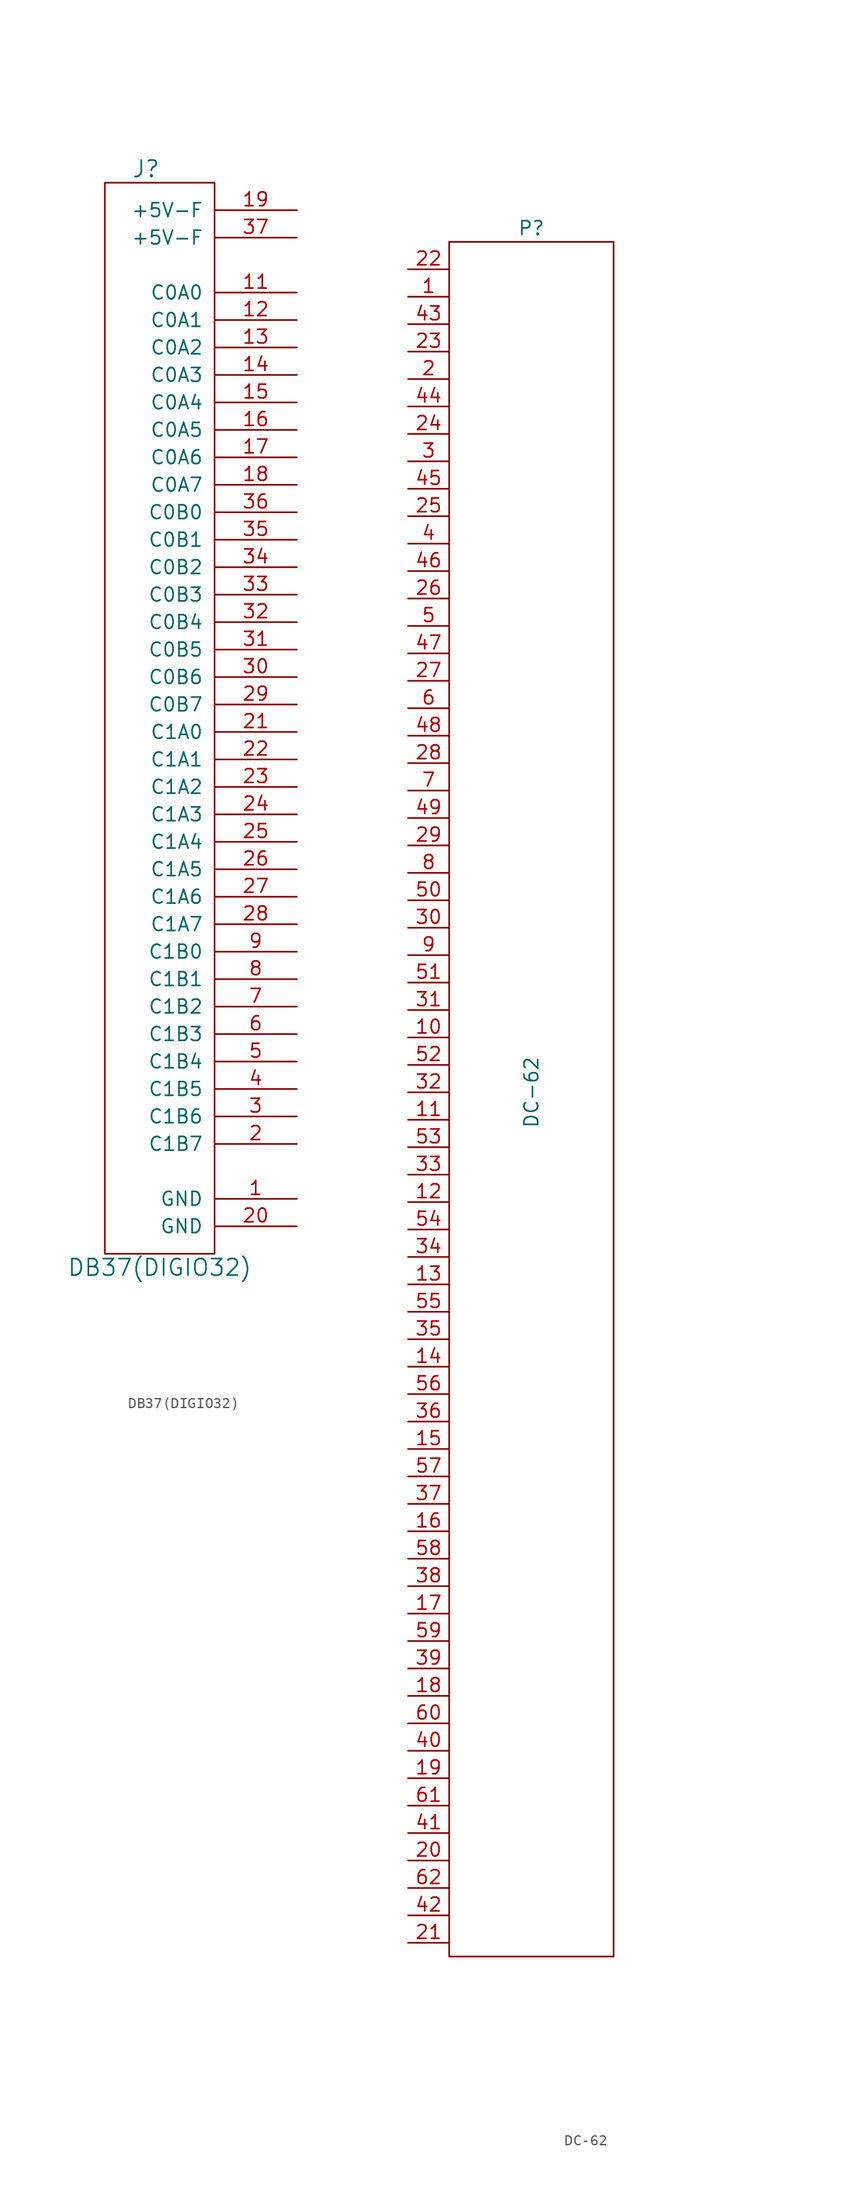
<source format=kicad_sym>
(kicad_symbol_lib
  (version 20211014)
  (generator kicad_symbol_editor)
  (symbol "DB37(DIGIO32)"
    (pin_names
      (offset 1.016))
    (property "Reference" "J"
      (at 3.81 50.8 0)
      (effects (font (size 1.524 1.524))))
    (property "Value" "DB37(DIGIO32)"
      (at 5.08 -50.8 0)
      (effects (font (size 1.524 1.524))))
    (property "Footprint" ""
      (at 3.81 -3.81 0)
      (effects (font (size 1.524 1.524))))
    (property "Datasheet" ""
      (at 3.81 -3.81 0)
      (effects (font (size 1.524 1.524))))
    (symbol "DB37(DIGIO32)_0_1"
      (rectangle (start 0 -49.53) (end 10.16 49.53) (stroke (width 0) (type default) (color 0 0 0 0)) (fill (type none))))
    (symbol "DB37(DIGIO32)_1_1"
      (pin power_out line (at 17.78 -44.45 180) (length 7.62) (name "GND" (effects (font (size 1.27 1.27)))) (number "1" (effects (font (size 1.27 1.27)))))
      (pin power_out line (at 17.78 39.37 180) (length 7.62) (name "C0A0" (effects (font (size 1.27 1.27)))) (number "11" (effects (font (size 1.27 1.27)))))
      (pin power_out line (at 17.78 36.83 180) (length 7.62) (name "C0A1" (effects (font (size 1.27 1.27)))) (number "12" (effects (font (size 1.27 1.27)))))
      (pin power_out line (at 17.78 34.29 180) (length 7.62) (name "C0A2" (effects (font (size 1.27 1.27)))) (number "13" (effects (font (size 1.27 1.27)))))
      (pin power_out line (at 17.78 31.75 180) (length 7.62) (name "C0A3" (effects (font (size 1.27 1.27)))) (number "14" (effects (font (size 1.27 1.27)))))
      (pin input line (at 17.78 29.21 180) (length 7.62) (name "C0A4" (effects (font (size 1.27 1.27)))) (number "15" (effects (font (size 1.27 1.27)))))
      (pin input line (at 17.78 26.67 180) (length 7.62) (name "C0A5" (effects (font (size 1.27 1.27)))) (number "16" (effects (font (size 1.27 1.27)))))
      (pin input line (at 17.78 24.13 180) (length 7.62) (name "C0A6" (effects (font (size 1.27 1.27)))) (number "17" (effects (font (size 1.27 1.27)))))
      (pin input line (at 17.78 21.59 180) (length 7.62) (name "C0A7" (effects (font (size 1.27 1.27)))) (number "18" (effects (font (size 1.27 1.27)))))
      (pin power_out line (at 17.78 46.99 180) (length 7.62) (name "+5V-F" (effects (font (size 1.27 1.27)))) (number "19" (effects (font (size 1.27 1.27)))))
      (pin input line (at 17.78 -39.37 180) (length 7.62) (name "C1B7" (effects (font (size 1.27 1.27)))) (number "2" (effects (font (size 1.27 1.27)))))
      (pin power_out line (at 17.78 -46.99 180) (length 7.62) (name "GND" (effects (font (size 1.27 1.27)))) (number "20" (effects (font (size 1.27 1.27)))))
      (pin input line (at 17.78 -1.27 180) (length 7.62) (name "C1A0" (effects (font (size 1.27 1.27)))) (number "21" (effects (font (size 1.27 1.27)))))
      (pin input line (at 17.78 -3.81 180) (length 7.62) (name "C1A1" (effects (font (size 1.27 1.27)))) (number "22" (effects (font (size 1.27 1.27)))))
      (pin input line (at 17.78 -6.35 180) (length 7.62) (name "C1A2" (effects (font (size 1.27 1.27)))) (number "23" (effects (font (size 1.27 1.27)))))
      (pin input line (at 17.78 -8.89 180) (length 7.62) (name "C1A3" (effects (font (size 1.27 1.27)))) (number "24" (effects (font (size 1.27 1.27)))))
      (pin input line (at 17.78 -11.43 180) (length 7.62) (name "C1A4" (effects (font (size 1.27 1.27)))) (number "25" (effects (font (size 1.27 1.27)))))
      (pin input line (at 17.78 -13.97 180) (length 7.62) (name "C1A5" (effects (font (size 1.27 1.27)))) (number "26" (effects (font (size 1.27 1.27)))))
      (pin input line (at 17.78 -16.51 180) (length 7.62) (name "C1A6" (effects (font (size 1.27 1.27)))) (number "27" (effects (font (size 1.27 1.27)))))
      (pin input line (at 17.78 -19.05 180) (length 7.62) (name "C1A7" (effects (font (size 1.27 1.27)))) (number "28" (effects (font (size 1.27 1.27)))))
      (pin input line (at 17.78 1.27 180) (length 7.62) (name "C0B7" (effects (font (size 1.27 1.27)))) (number "29" (effects (font (size 1.27 1.27)))))
      (pin input line (at 17.78 -36.83 180) (length 7.62) (name "C1B6" (effects (font (size 1.27 1.27)))) (number "3" (effects (font (size 1.27 1.27)))))
      (pin input line (at 17.78 3.81 180) (length 7.62) (name "C0B6" (effects (font (size 1.27 1.27)))) (number "30" (effects (font (size 1.27 1.27)))))
      (pin input line (at 17.78 6.35 180) (length 7.62) (name "C0B5" (effects (font (size 1.27 1.27)))) (number "31" (effects (font (size 1.27 1.27)))))
      (pin bidirectional line (at 17.78 8.89 180) (length 7.62) (name "C0B4" (effects (font (size 1.27 1.27)))) (number "32" (effects (font (size 1.27 1.27)))))
      (pin input line (at 17.78 11.43 180) (length 7.62) (name "C0B3" (effects (font (size 1.27 1.27)))) (number "33" (effects (font (size 1.27 1.27)))))
      (pin input line (at 17.78 13.97 180) (length 7.62) (name "C0B2" (effects (font (size 1.27 1.27)))) (number "34" (effects (font (size 1.27 1.27)))))
      (pin input line (at 17.78 16.51 180) (length 7.62) (name "C0B1" (effects (font (size 1.27 1.27)))) (number "35" (effects (font (size 1.27 1.27)))))
      (pin input line (at 17.78 19.05 180) (length 7.62) (name "C0B0" (effects (font (size 1.27 1.27)))) (number "36" (effects (font (size 1.27 1.27)))))
      (pin power_out line (at 17.78 44.45 180) (length 7.62) (name "+5V-F" (effects (font (size 1.27 1.27)))) (number "37" (effects (font (size 1.27 1.27)))))
      (pin power_out line (at 17.78 -34.29 180) (length 7.62) (name "C1B5" (effects (font (size 1.27 1.27)))) (number "4" (effects (font (size 1.27 1.27)))))
      (pin input line (at 17.78 -31.75 180) (length 7.62) (name "C1B4" (effects (font (size 1.27 1.27)))) (number "5" (effects (font (size 1.27 1.27)))))
      (pin input line (at 17.78 -29.21 180) (length 7.62) (name "C1B3" (effects (font (size 1.27 1.27)))) (number "6" (effects (font (size 1.27 1.27)))))
      (pin input line (at 17.78 -26.67 180) (length 7.62) (name "C1B2" (effects (font (size 1.27 1.27)))) (number "7" (effects (font (size 1.27 1.27)))))
      (pin input line (at 17.78 -24.13 180) (length 7.62) (name "C1B1" (effects (font (size 1.27 1.27)))) (number "8" (effects (font (size 1.27 1.27)))))
      (pin input line (at 17.78 -21.59 180) (length 7.62) (name "C1B0" (effects (font (size 1.27 1.27)))) (number "9" (effects (font (size 1.27 1.27)))))))
  (symbol "DC-62"
    (pin_names
      (offset 0.025) hide)
    (property "Reference" "P"
      (at 0 80.01 0)
      (effects (font (size 1.27 1.27))))
    (property "Value" "DC-62"
      (at 0 0 90)
      (effects (font (size 1.27 1.27))))
    (property "Footprint" ""
      (at 21.59 -11.43 0)
      (effects (font (size 1.524 1.524))))
    (property "Datasheet" ""
      (at 21.59 -11.43 0)
      (effects (font (size 1.524 1.524))))
    (symbol "DC-62_0_1"
      (rectangle (start -7.62 78.74) (end 7.62 -80.01) (stroke (width 0) (type default) (color 0 0 0 0)) (fill (type none))))
    (symbol "DC-62_1_1"
      (pin passive line (at -11.43 73.66 0) (length 3.81) (name "P1" (effects (font (size 1.27 1.27)))) (number "1" (effects (font (size 1.27 1.27)))))
      (pin passive line (at -11.43 5.08 0) (length 3.81) (name "P10" (effects (font (size 1.27 1.27)))) (number "10" (effects (font (size 1.27 1.27)))))
      (pin passive line (at -11.43 -2.54 0) (length 3.81) (name "P11" (effects (font (size 1.27 1.27)))) (number "11" (effects (font (size 1.27 1.27)))))
      (pin passive line (at -11.43 -10.16 0) (length 3.81) (name "P12" (effects (font (size 1.27 1.27)))) (number "12" (effects (font (size 1.27 1.27)))))
      (pin passive line (at -11.43 -17.78 0) (length 3.81) (name "P13" (effects (font (size 1.27 1.27)))) (number "13" (effects (font (size 1.27 1.27)))))
      (pin passive line (at -11.43 -25.4 0) (length 3.81) (name "P14" (effects (font (size 1.27 1.27)))) (number "14" (effects (font (size 1.27 1.27)))))
      (pin passive line (at -11.43 -33.02 0) (length 3.81) (name "P15" (effects (font (size 1.27 1.27)))) (number "15" (effects (font (size 1.27 1.27)))))
      (pin passive line (at -11.43 -40.64 0) (length 3.81) (name "P16" (effects (font (size 1.27 1.27)))) (number "16" (effects (font (size 1.27 1.27)))))
      (pin passive line (at -11.43 -48.26 0) (length 3.81) (name "P17" (effects (font (size 1.27 1.27)))) (number "17" (effects (font (size 1.27 1.27)))))
      (pin passive line (at -11.43 -55.88 0) (length 3.81) (name "P18" (effects (font (size 1.27 1.27)))) (number "18" (effects (font (size 1.27 1.27)))))
      (pin passive line (at -11.43 -63.5 0) (length 3.81) (name "P19" (effects (font (size 1.27 1.27)))) (number "19" (effects (font (size 1.27 1.27)))))
      (pin passive line (at -11.43 66.04 0) (length 3.81) (name "P2" (effects (font (size 1.27 1.27)))) (number "2" (effects (font (size 1.27 1.27)))))
      (pin passive line (at -11.43 -71.12 0) (length 3.81) (name "P20" (effects (font (size 1.27 1.27)))) (number "20" (effects (font (size 1.27 1.27)))))
      (pin passive line (at -11.43 -78.74 0) (length 3.81) (name "P21" (effects (font (size 1.27 1.27)))) (number "21" (effects (font (size 1.27 1.27)))))
      (pin passive line (at -11.43 76.2 0) (length 3.81) (name "P22" (effects (font (size 1.27 1.27)))) (number "22" (effects (font (size 1.27 1.27)))))
      (pin passive line (at -11.43 68.58 0) (length 3.81) (name "P23" (effects (font (size 1.27 1.27)))) (number "23" (effects (font (size 1.27 1.27)))))
      (pin passive line (at -11.43 60.96 0) (length 3.81) (name "P24" (effects (font (size 1.27 1.27)))) (number "24" (effects (font (size 1.27 1.27)))))
      (pin passive line (at -11.43 53.34 0) (length 3.81) (name "P25" (effects (font (size 1.27 1.27)))) (number "25" (effects (font (size 1.27 1.27)))))
      (pin passive line (at -11.43 45.72 0) (length 3.81) (name "P26" (effects (font (size 1.27 1.27)))) (number "26" (effects (font (size 1.27 1.27)))))
      (pin passive line (at -11.43 38.1 0) (length 3.81) (name "P27" (effects (font (size 1.27 1.27)))) (number "27" (effects (font (size 1.27 1.27)))))
      (pin passive line (at -11.43 30.48 0) (length 3.81) (name "P28" (effects (font (size 1.27 1.27)))) (number "28" (effects (font (size 1.27 1.27)))))
      (pin passive line (at -11.43 22.86 0) (length 3.81) (name "P29" (effects (font (size 1.27 1.27)))) (number "29" (effects (font (size 1.27 1.27)))))
      (pin passive line (at -11.43 58.42 0) (length 3.81) (name "P3" (effects (font (size 1.27 1.27)))) (number "3" (effects (font (size 1.27 1.27)))))
      (pin passive line (at -11.43 15.24 0) (length 3.81) (name "P30" (effects (font (size 1.27 1.27)))) (number "30" (effects (font (size 1.27 1.27)))))
      (pin passive line (at -11.43 7.62 0) (length 3.81) (name "P31" (effects (font (size 1.27 1.27)))) (number "31" (effects (font (size 1.27 1.27)))))
      (pin passive line (at -11.43 0 0) (length 3.81) (name "P32" (effects (font (size 1.27 1.27)))) (number "32" (effects (font (size 1.27 1.27)))))
      (pin passive line (at -11.43 -7.62 0) (length 3.81) (name "P33" (effects (font (size 1.27 1.27)))) (number "33" (effects (font (size 1.27 1.27)))))
      (pin passive line (at -11.43 -15.24 0) (length 3.81) (name "P34" (effects (font (size 1.27 1.27)))) (number "34" (effects (font (size 1.27 1.27)))))
      (pin passive line (at -11.43 -22.86 0) (length 3.81) (name "P35" (effects (font (size 1.27 1.27)))) (number "35" (effects (font (size 1.27 1.27)))))
      (pin passive line (at -11.43 -30.48 0) (length 3.81) (name "P36" (effects (font (size 1.27 1.27)))) (number "36" (effects (font (size 1.27 1.27)))))
      (pin passive line (at -11.43 -38.1 0) (length 3.81) (name "P37" (effects (font (size 1.27 1.27)))) (number "37" (effects (font (size 1.27 1.27)))))
      (pin passive line (at -11.43 -45.72 0) (length 3.81) (name "P38" (effects (font (size 1.27 1.27)))) (number "38" (effects (font (size 1.27 1.27)))))
      (pin passive line (at -11.43 -53.34 0) (length 3.81) (name "P39" (effects (font (size 1.27 1.27)))) (number "39" (effects (font (size 1.27 1.27)))))
      (pin passive line (at -11.43 50.8 0) (length 3.81) (name "P4" (effects (font (size 1.27 1.27)))) (number "4" (effects (font (size 1.27 1.27)))))
      (pin passive line (at -11.43 -60.96 0) (length 3.81) (name "P40" (effects (font (size 1.27 1.27)))) (number "40" (effects (font (size 1.27 1.27)))))
      (pin passive line (at -11.43 -68.58 0) (length 3.81) (name "P41" (effects (font (size 1.27 1.27)))) (number "41" (effects (font (size 1.27 1.27)))))
      (pin passive line (at -11.43 -76.2 0) (length 3.81) (name "P42" (effects (font (size 1.27 1.27)))) (number "42" (effects (font (size 1.27 1.27)))))
      (pin passive line (at -11.43 71.12 0) (length 3.81) (name "P43" (effects (font (size 1.27 1.27)))) (number "43" (effects (font (size 1.27 1.27)))))
      (pin passive line (at -11.43 63.5 0) (length 3.81) (name "P44" (effects (font (size 1.27 1.27)))) (number "44" (effects (font (size 1.27 1.27)))))
      (pin passive line (at -11.43 55.88 0) (length 3.81) (name "P45" (effects (font (size 1.27 1.27)))) (number "45" (effects (font (size 1.27 1.27)))))
      (pin passive line (at -11.43 48.26 0) (length 3.81) (name "P46" (effects (font (size 1.27 1.27)))) (number "46" (effects (font (size 1.27 1.27)))))
      (pin passive line (at -11.43 40.64 0) (length 3.81) (name "P47" (effects (font (size 1.27 1.27)))) (number "47" (effects (font (size 1.27 1.27)))))
      (pin passive line (at -11.43 33.02 0) (length 3.81) (name "P48" (effects (font (size 1.27 1.27)))) (number "48" (effects (font (size 1.27 1.27)))))
      (pin passive line (at -11.43 25.4 0) (length 3.81) (name "P49" (effects (font (size 1.27 1.27)))) (number "49" (effects (font (size 1.27 1.27)))))
      (pin passive line (at -11.43 43.18 0) (length 3.81) (name "P5" (effects (font (size 1.27 1.27)))) (number "5" (effects (font (size 1.27 1.27)))))
      (pin passive line (at -11.43 17.78 0) (length 3.81) (name "P50" (effects (font (size 1.27 1.27)))) (number "50" (effects (font (size 1.27 1.27)))))
      (pin passive line (at -11.43 10.16 0) (length 3.81) (name "P51" (effects (font (size 1.27 1.27)))) (number "51" (effects (font (size 1.27 1.27)))))
      (pin passive line (at -11.43 2.54 0) (length 3.81) (name "P52" (effects (font (size 1.27 1.27)))) (number "52" (effects (font (size 1.27 1.27)))))
      (pin passive line (at -11.43 -5.08 0) (length 3.81) (name "P53" (effects (font (size 1.27 1.27)))) (number "53" (effects (font (size 1.27 1.27)))))
      (pin passive line (at -11.43 -12.7 0) (length 3.81) (name "P54" (effects (font (size 1.27 1.27)))) (number "54" (effects (font (size 1.27 1.27)))))
      (pin passive line (at -11.43 -20.32 0) (length 3.81) (name "P55" (effects (font (size 1.27 1.27)))) (number "55" (effects (font (size 1.27 1.27)))))
      (pin passive line (at -11.43 -27.94 0) (length 3.81) (name "P56" (effects (font (size 1.27 1.27)))) (number "56" (effects (font (size 1.27 1.27)))))
      (pin passive line (at -11.43 -35.56 0) (length 3.81) (name "P57" (effects (font (size 1.27 1.27)))) (number "57" (effects (font (size 1.27 1.27)))))
      (pin passive line (at -11.43 -43.18 0) (length 3.81) (name "P58" (effects (font (size 1.27 1.27)))) (number "58" (effects (font (size 1.27 1.27)))))
      (pin passive line (at -11.43 -50.8 0) (length 3.81) (name "P59" (effects (font (size 1.27 1.27)))) (number "59" (effects (font (size 1.27 1.27)))))
      (pin passive line (at -11.43 35.56 0) (length 3.81) (name "P6" (effects (font (size 1.27 1.27)))) (number "6" (effects (font (size 1.27 1.27)))))
      (pin passive line (at -11.43 -58.42 0) (length 3.81) (name "P60" (effects (font (size 1.27 1.27)))) (number "60" (effects (font (size 1.27 1.27)))))
      (pin passive line (at -11.43 -66.04 0) (length 3.81) (name "P61" (effects (font (size 1.27 1.27)))) (number "61" (effects (font (size 1.27 1.27)))))
      (pin passive line (at -11.43 -73.66 0) (length 3.81) (name "P62" (effects (font (size 1.27 1.27)))) (number "62" (effects (font (size 1.27 1.27)))))
      (pin passive line (at -11.43 27.94 0) (length 3.81) (name "P7" (effects (font (size 1.27 1.27)))) (number "7" (effects (font (size 1.27 1.27)))))
      (pin passive line (at -11.43 20.32 0) (length 3.81) (name "P8" (effects (font (size 1.27 1.27)))) (number "8" (effects (font (size 1.27 1.27)))))
      (pin passive line (at -11.43 12.7 0) (length 3.81) (name "P9" (effects (font (size 1.27 1.27)))) (number "9" (effects (font (size 1.27 1.27))))))))
</source>
